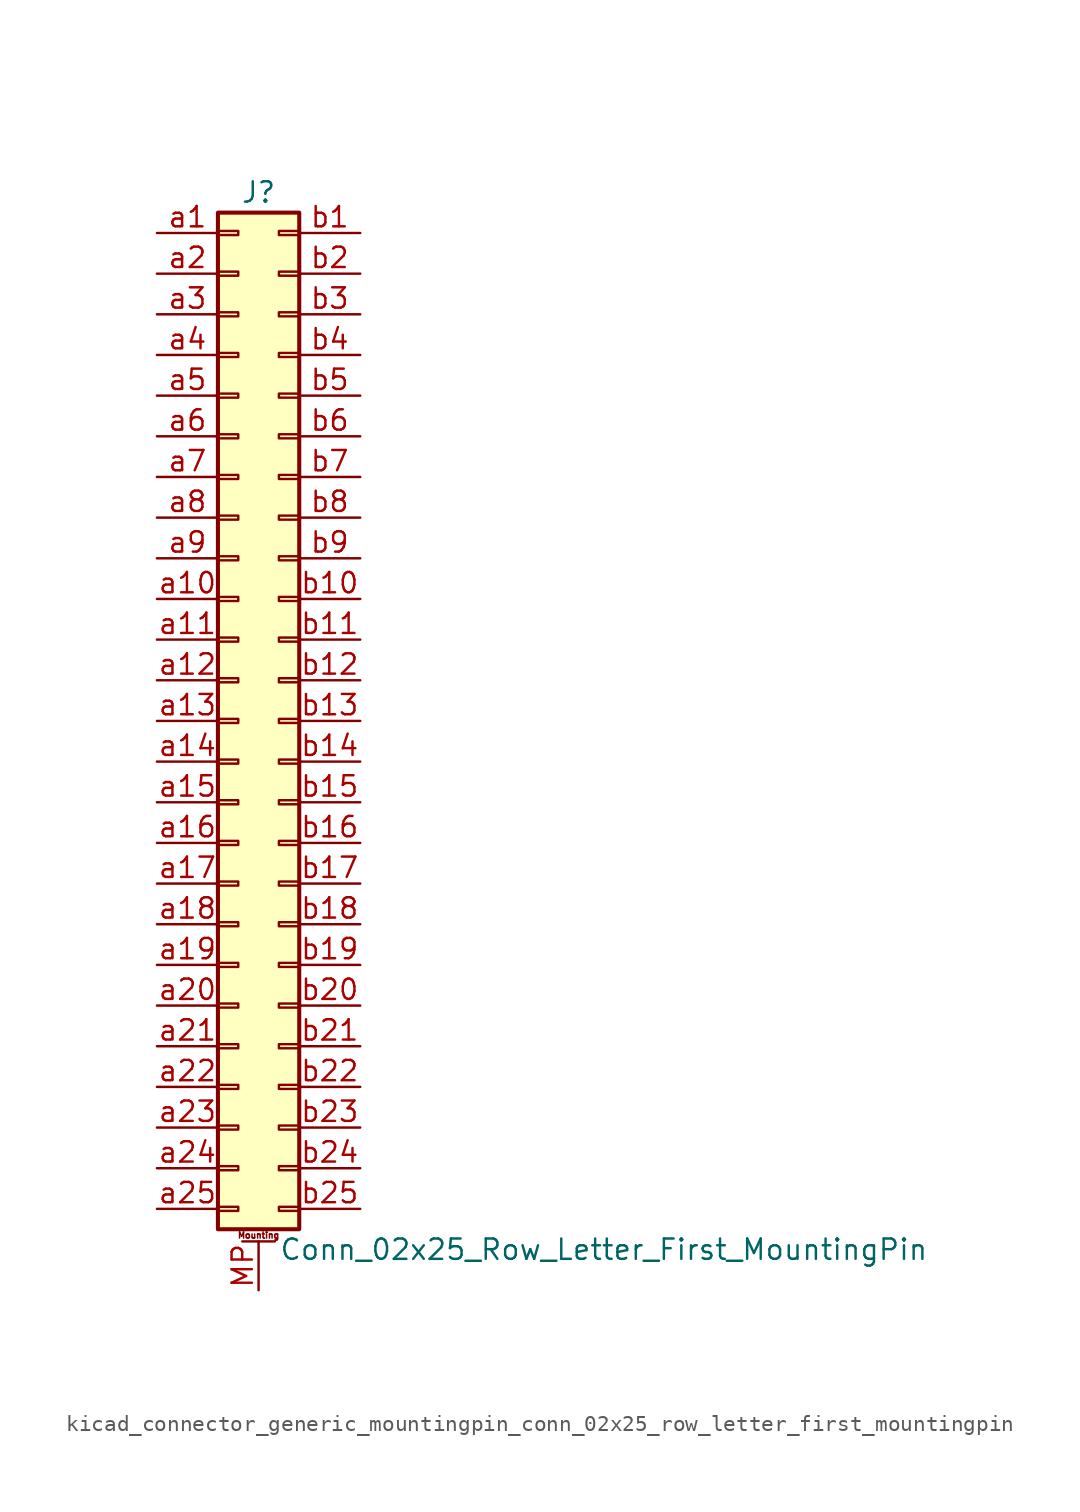
<source format=kicad_sym>
(kicad_symbol_lib
  (version 20220914)
  (generator kicad_symbol_editor)
  (symbol "kicad_connector_generic_mountingpin_conn_02x25_row_letter_first_mountingpin"
    (pin_names
      (offset 1.016) hide)
    (property "Reference" "J"
      (at 1.27 33.02 0)
      (effects (font (size 1.27 1.27))))
    (property "Value" "Conn_02x25_Row_Letter_First_MountingPin"
      (at 2.54 -33.02 0)
      (effects (font (size 1.27 1.27)) (justify left)))
    (symbol "kicad_connector_generic_mountingpin_conn_02x25_row_letter_first_mountingpin_1_1"
      (rectangle (start -1.27 -30.353) (end 0 -30.607) (stroke (width 0.152) (type default)) (fill (type none)))
      (rectangle (start -1.27 -27.813) (end 0 -28.067) (stroke (width 0.152) (type default)) (fill (type none)))
      (rectangle (start -1.27 -25.273) (end 0 -25.527) (stroke (width 0.152) (type default)) (fill (type none)))
      (rectangle (start -1.27 -22.733) (end 0 -22.987) (stroke (width 0.152) (type default)) (fill (type none)))
      (rectangle (start -1.27 -20.193) (end 0 -20.447) (stroke (width 0.152) (type default)) (fill (type none)))
      (rectangle (start -1.27 -17.653) (end 0 -17.907) (stroke (width 0.152) (type default)) (fill (type none)))
      (rectangle (start -1.27 -15.113) (end 0 -15.367) (stroke (width 0.152) (type default)) (fill (type none)))
      (rectangle (start -1.27 -12.573) (end 0 -12.827) (stroke (width 0.152) (type default)) (fill (type none)))
      (rectangle (start -1.27 -10.033) (end 0 -10.287) (stroke (width 0.152) (type default)) (fill (type none)))
      (rectangle (start -1.27 -7.493) (end 0 -7.747) (stroke (width 0.152) (type default)) (fill (type none)))
      (rectangle (start -1.27 -4.953) (end 0 -5.207) (stroke (width 0.152) (type default)) (fill (type none)))
      (rectangle (start -1.27 -2.413) (end 0 -2.667) (stroke (width 0.152) (type default)) (fill (type none)))
      (rectangle (start -1.27 0.127) (end 0 -0.127) (stroke (width 0.152) (type default)) (fill (type none)))
      (rectangle (start -1.27 2.667) (end 0 2.413) (stroke (width 0.152) (type default)) (fill (type none)))
      (rectangle (start -1.27 5.207) (end 0 4.953) (stroke (width 0.152) (type default)) (fill (type none)))
      (rectangle (start -1.27 7.747) (end 0 7.493) (stroke (width 0.152) (type default)) (fill (type none)))
      (rectangle (start -1.27 10.287) (end 0 10.033) (stroke (width 0.152) (type default)) (fill (type none)))
      (rectangle (start -1.27 12.827) (end 0 12.573) (stroke (width 0.152) (type default)) (fill (type none)))
      (rectangle (start -1.27 15.367) (end 0 15.113) (stroke (width 0.152) (type default)) (fill (type none)))
      (rectangle (start -1.27 17.907) (end 0 17.653) (stroke (width 0.152) (type default)) (fill (type none)))
      (rectangle (start -1.27 20.447) (end 0 20.193) (stroke (width 0.152) (type default)) (fill (type none)))
      (rectangle (start -1.27 22.987) (end 0 22.733) (stroke (width 0.152) (type default)) (fill (type none)))
      (rectangle (start -1.27 25.527) (end 0 25.273) (stroke (width 0.152) (type default)) (fill (type none)))
      (rectangle (start -1.27 28.067) (end 0 27.813) (stroke (width 0.152) (type default)) (fill (type none)))
      (rectangle (start -1.27 30.607) (end 0 30.353) (stroke (width 0.152) (type default)) (fill (type none)))
      (rectangle (start -1.27 31.75) (end 3.81 -31.75) (stroke (width 0.254) (type default)) (fill (type background)))
      (polyline (pts (xy 0.254 -32.512) (xy 2.286 -32.512)) (stroke (width 0.152) (type default)) (fill (type none)))
      (rectangle (start 3.81 -30.353) (end 2.54 -30.607) (stroke (width 0.152) (type default)) (fill (type none)))
      (rectangle (start 3.81 -27.813) (end 2.54 -28.067) (stroke (width 0.152) (type default)) (fill (type none)))
      (rectangle (start 3.81 -25.273) (end 2.54 -25.527) (stroke (width 0.152) (type default)) (fill (type none)))
      (rectangle (start 3.81 -22.733) (end 2.54 -22.987) (stroke (width 0.152) (type default)) (fill (type none)))
      (rectangle (start 3.81 -20.193) (end 2.54 -20.447) (stroke (width 0.152) (type default)) (fill (type none)))
      (rectangle (start 3.81 -17.653) (end 2.54 -17.907) (stroke (width 0.152) (type default)) (fill (type none)))
      (rectangle (start 3.81 -15.113) (end 2.54 -15.367) (stroke (width 0.152) (type default)) (fill (type none)))
      (rectangle (start 3.81 -12.573) (end 2.54 -12.827) (stroke (width 0.152) (type default)) (fill (type none)))
      (rectangle (start 3.81 -10.033) (end 2.54 -10.287) (stroke (width 0.152) (type default)) (fill (type none)))
      (rectangle (start 3.81 -7.493) (end 2.54 -7.747) (stroke (width 0.152) (type default)) (fill (type none)))
      (rectangle (start 3.81 -4.953) (end 2.54 -5.207) (stroke (width 0.152) (type default)) (fill (type none)))
      (rectangle (start 3.81 -2.413) (end 2.54 -2.667) (stroke (width 0.152) (type default)) (fill (type none)))
      (rectangle (start 3.81 0.127) (end 2.54 -0.127) (stroke (width 0.152) (type default)) (fill (type none)))
      (rectangle (start 3.81 2.667) (end 2.54 2.413) (stroke (width 0.152) (type default)) (fill (type none)))
      (rectangle (start 3.81 5.207) (end 2.54 4.953) (stroke (width 0.152) (type default)) (fill (type none)))
      (rectangle (start 3.81 7.747) (end 2.54 7.493) (stroke (width 0.152) (type default)) (fill (type none)))
      (rectangle (start 3.81 10.287) (end 2.54 10.033) (stroke (width 0.152) (type default)) (fill (type none)))
      (rectangle (start 3.81 12.827) (end 2.54 12.573) (stroke (width 0.152) (type default)) (fill (type none)))
      (rectangle (start 3.81 15.367) (end 2.54 15.113) (stroke (width 0.152) (type default)) (fill (type none)))
      (rectangle (start 3.81 17.907) (end 2.54 17.653) (stroke (width 0.152) (type default)) (fill (type none)))
      (rectangle (start 3.81 20.447) (end 2.54 20.193) (stroke (width 0.152) (type default)) (fill (type none)))
      (rectangle (start 3.81 22.987) (end 2.54 22.733) (stroke (width 0.152) (type default)) (fill (type none)))
      (rectangle (start 3.81 25.527) (end 2.54 25.273) (stroke (width 0.152) (type default)) (fill (type none)))
      (rectangle (start 3.81 28.067) (end 2.54 27.813) (stroke (width 0.152) (type default)) (fill (type none)))
      (rectangle (start 3.81 30.607) (end 2.54 30.353) (stroke (width 0.152) (type default)) (fill (type none)))
      (text "Mounting" (at 1.27 -32.131 0) (effects (font (size 0.381 0.381))))
      (pin passive line (at 1.27 -35.56 90) (length 3.048) (name "MountPin" (effects (font (size 1.27 1.27)))) (number "MP" (effects (font (size 1.27 1.27)))))
      (pin passive line (at -5.08 30.48 0) (length 3.81) (name "Pin_a1" (effects (font (size 1.27 1.27)))) (number "a1" (effects (font (size 1.27 1.27)))))
      (pin passive line (at -5.08 7.62 0) (length 3.81) (name "Pin_a10" (effects (font (size 1.27 1.27)))) (number "a10" (effects (font (size 1.27 1.27)))))
      (pin passive line (at -5.08 5.08 0) (length 3.81) (name "Pin_a11" (effects (font (size 1.27 1.27)))) (number "a11" (effects (font (size 1.27 1.27)))))
      (pin passive line (at -5.08 2.54 0) (length 3.81) (name "Pin_a12" (effects (font (size 1.27 1.27)))) (number "a12" (effects (font (size 1.27 1.27)))))
      (pin passive line (at -5.08 0 0) (length 3.81) (name "Pin_a13" (effects (font (size 1.27 1.27)))) (number "a13" (effects (font (size 1.27 1.27)))))
      (pin passive line (at -5.08 -2.54 0) (length 3.81) (name "Pin_a14" (effects (font (size 1.27 1.27)))) (number "a14" (effects (font (size 1.27 1.27)))))
      (pin passive line (at -5.08 -5.08 0) (length 3.81) (name "Pin_a15" (effects (font (size 1.27 1.27)))) (number "a15" (effects (font (size 1.27 1.27)))))
      (pin passive line (at -5.08 -7.62 0) (length 3.81) (name "Pin_a16" (effects (font (size 1.27 1.27)))) (number "a16" (effects (font (size 1.27 1.27)))))
      (pin passive line (at -5.08 -10.16 0) (length 3.81) (name "Pin_a17" (effects (font (size 1.27 1.27)))) (number "a17" (effects (font (size 1.27 1.27)))))
      (pin passive line (at -5.08 -12.7 0) (length 3.81) (name "Pin_a18" (effects (font (size 1.27 1.27)))) (number "a18" (effects (font (size 1.27 1.27)))))
      (pin passive line (at -5.08 -15.24 0) (length 3.81) (name "Pin_a19" (effects (font (size 1.27 1.27)))) (number "a19" (effects (font (size 1.27 1.27)))))
      (pin passive line (at -5.08 27.94 0) (length 3.81) (name "Pin_a2" (effects (font (size 1.27 1.27)))) (number "a2" (effects (font (size 1.27 1.27)))))
      (pin passive line (at -5.08 -17.78 0) (length 3.81) (name "Pin_a20" (effects (font (size 1.27 1.27)))) (number "a20" (effects (font (size 1.27 1.27)))))
      (pin passive line (at -5.08 -20.32 0) (length 3.81) (name "Pin_a21" (effects (font (size 1.27 1.27)))) (number "a21" (effects (font (size 1.27 1.27)))))
      (pin passive line (at -5.08 -22.86 0) (length 3.81) (name "Pin_a22" (effects (font (size 1.27 1.27)))) (number "a22" (effects (font (size 1.27 1.27)))))
      (pin passive line (at -5.08 -25.4 0) (length 3.81) (name "Pin_a23" (effects (font (size 1.27 1.27)))) (number "a23" (effects (font (size 1.27 1.27)))))
      (pin passive line (at -5.08 -27.94 0) (length 3.81) (name "Pin_a24" (effects (font (size 1.27 1.27)))) (number "a24" (effects (font (size 1.27 1.27)))))
      (pin passive line (at -5.08 -30.48 0) (length 3.81) (name "Pin_a25" (effects (font (size 1.27 1.27)))) (number "a25" (effects (font (size 1.27 1.27)))))
      (pin passive line (at -5.08 25.4 0) (length 3.81) (name "Pin_a3" (effects (font (size 1.27 1.27)))) (number "a3" (effects (font (size 1.27 1.27)))))
      (pin passive line (at -5.08 22.86 0) (length 3.81) (name "Pin_a4" (effects (font (size 1.27 1.27)))) (number "a4" (effects (font (size 1.27 1.27)))))
      (pin passive line (at -5.08 20.32 0) (length 3.81) (name "Pin_a5" (effects (font (size 1.27 1.27)))) (number "a5" (effects (font (size 1.27 1.27)))))
      (pin passive line (at -5.08 17.78 0) (length 3.81) (name "Pin_a6" (effects (font (size 1.27 1.27)))) (number "a6" (effects (font (size 1.27 1.27)))))
      (pin passive line (at -5.08 15.24 0) (length 3.81) (name "Pin_a7" (effects (font (size 1.27 1.27)))) (number "a7" (effects (font (size 1.27 1.27)))))
      (pin passive line (at -5.08 12.7 0) (length 3.81) (name "Pin_a8" (effects (font (size 1.27 1.27)))) (number "a8" (effects (font (size 1.27 1.27)))))
      (pin passive line (at -5.08 10.16 0) (length 3.81) (name "Pin_a9" (effects (font (size 1.27 1.27)))) (number "a9" (effects (font (size 1.27 1.27)))))
      (pin passive line (at 7.62 30.48 180) (length 3.81) (name "Pin_b1" (effects (font (size 1.27 1.27)))) (number "b1" (effects (font (size 1.27 1.27)))))
      (pin passive line (at 7.62 7.62 180) (length 3.81) (name "Pin_b10" (effects (font (size 1.27 1.27)))) (number "b10" (effects (font (size 1.27 1.27)))))
      (pin passive line (at 7.62 5.08 180) (length 3.81) (name "Pin_b11" (effects (font (size 1.27 1.27)))) (number "b11" (effects (font (size 1.27 1.27)))))
      (pin passive line (at 7.62 2.54 180) (length 3.81) (name "Pin_b12" (effects (font (size 1.27 1.27)))) (number "b12" (effects (font (size 1.27 1.27)))))
      (pin passive line (at 7.62 0 180) (length 3.81) (name "Pin_b13" (effects (font (size 1.27 1.27)))) (number "b13" (effects (font (size 1.27 1.27)))))
      (pin passive line (at 7.62 -2.54 180) (length 3.81) (name "Pin_b14" (effects (font (size 1.27 1.27)))) (number "b14" (effects (font (size 1.27 1.27)))))
      (pin passive line (at 7.62 -5.08 180) (length 3.81) (name "Pin_b15" (effects (font (size 1.27 1.27)))) (number "b15" (effects (font (size 1.27 1.27)))))
      (pin passive line (at 7.62 -7.62 180) (length 3.81) (name "Pin_b16" (effects (font (size 1.27 1.27)))) (number "b16" (effects (font (size 1.27 1.27)))))
      (pin passive line (at 7.62 -10.16 180) (length 3.81) (name "Pin_b17" (effects (font (size 1.27 1.27)))) (number "b17" (effects (font (size 1.27 1.27)))))
      (pin passive line (at 7.62 -12.7 180) (length 3.81) (name "Pin_b18" (effects (font (size 1.27 1.27)))) (number "b18" (effects (font (size 1.27 1.27)))))
      (pin passive line (at 7.62 -15.24 180) (length 3.81) (name "Pin_b19" (effects (font (size 1.27 1.27)))) (number "b19" (effects (font (size 1.27 1.27)))))
      (pin passive line (at 7.62 27.94 180) (length 3.81) (name "Pin_b2" (effects (font (size 1.27 1.27)))) (number "b2" (effects (font (size 1.27 1.27)))))
      (pin passive line (at 7.62 -17.78 180) (length 3.81) (name "Pin_b20" (effects (font (size 1.27 1.27)))) (number "b20" (effects (font (size 1.27 1.27)))))
      (pin passive line (at 7.62 -20.32 180) (length 3.81) (name "Pin_b21" (effects (font (size 1.27 1.27)))) (number "b21" (effects (font (size 1.27 1.27)))))
      (pin passive line (at 7.62 -22.86 180) (length 3.81) (name "Pin_b22" (effects (font (size 1.27 1.27)))) (number "b22" (effects (font (size 1.27 1.27)))))
      (pin passive line (at 7.62 -25.4 180) (length 3.81) (name "Pin_b23" (effects (font (size 1.27 1.27)))) (number "b23" (effects (font (size 1.27 1.27)))))
      (pin passive line (at 7.62 -27.94 180) (length 3.81) (name "Pin_b24" (effects (font (size 1.27 1.27)))) (number "b24" (effects (font (size 1.27 1.27)))))
      (pin passive line (at 7.62 -30.48 180) (length 3.81) (name "Pin_b25" (effects (font (size 1.27 1.27)))) (number "b25" (effects (font (size 1.27 1.27)))))
      (pin passive line (at 7.62 25.4 180) (length 3.81) (name "Pin_b3" (effects (font (size 1.27 1.27)))) (number "b3" (effects (font (size 1.27 1.27)))))
      (pin passive line (at 7.62 22.86 180) (length 3.81) (name "Pin_b4" (effects (font (size 1.27 1.27)))) (number "b4" (effects (font (size 1.27 1.27)))))
      (pin passive line (at 7.62 20.32 180) (length 3.81) (name "Pin_b5" (effects (font (size 1.27 1.27)))) (number "b5" (effects (font (size 1.27 1.27)))))
      (pin passive line (at 7.62 17.78 180) (length 3.81) (name "Pin_b6" (effects (font (size 1.27 1.27)))) (number "b6" (effects (font (size 1.27 1.27)))))
      (pin passive line (at 7.62 15.24 180) (length 3.81) (name "Pin_b7" (effects (font (size 1.27 1.27)))) (number "b7" (effects (font (size 1.27 1.27)))))
      (pin passive line (at 7.62 12.7 180) (length 3.81) (name "Pin_b8" (effects (font (size 1.27 1.27)))) (number "b8" (effects (font (size 1.27 1.27)))))
      (pin passive line (at 7.62 10.16 180) (length 3.81) (name "Pin_b9" (effects (font (size 1.27 1.27)))) (number "b9" (effects (font (size 1.27 1.27))))))))
</source>
